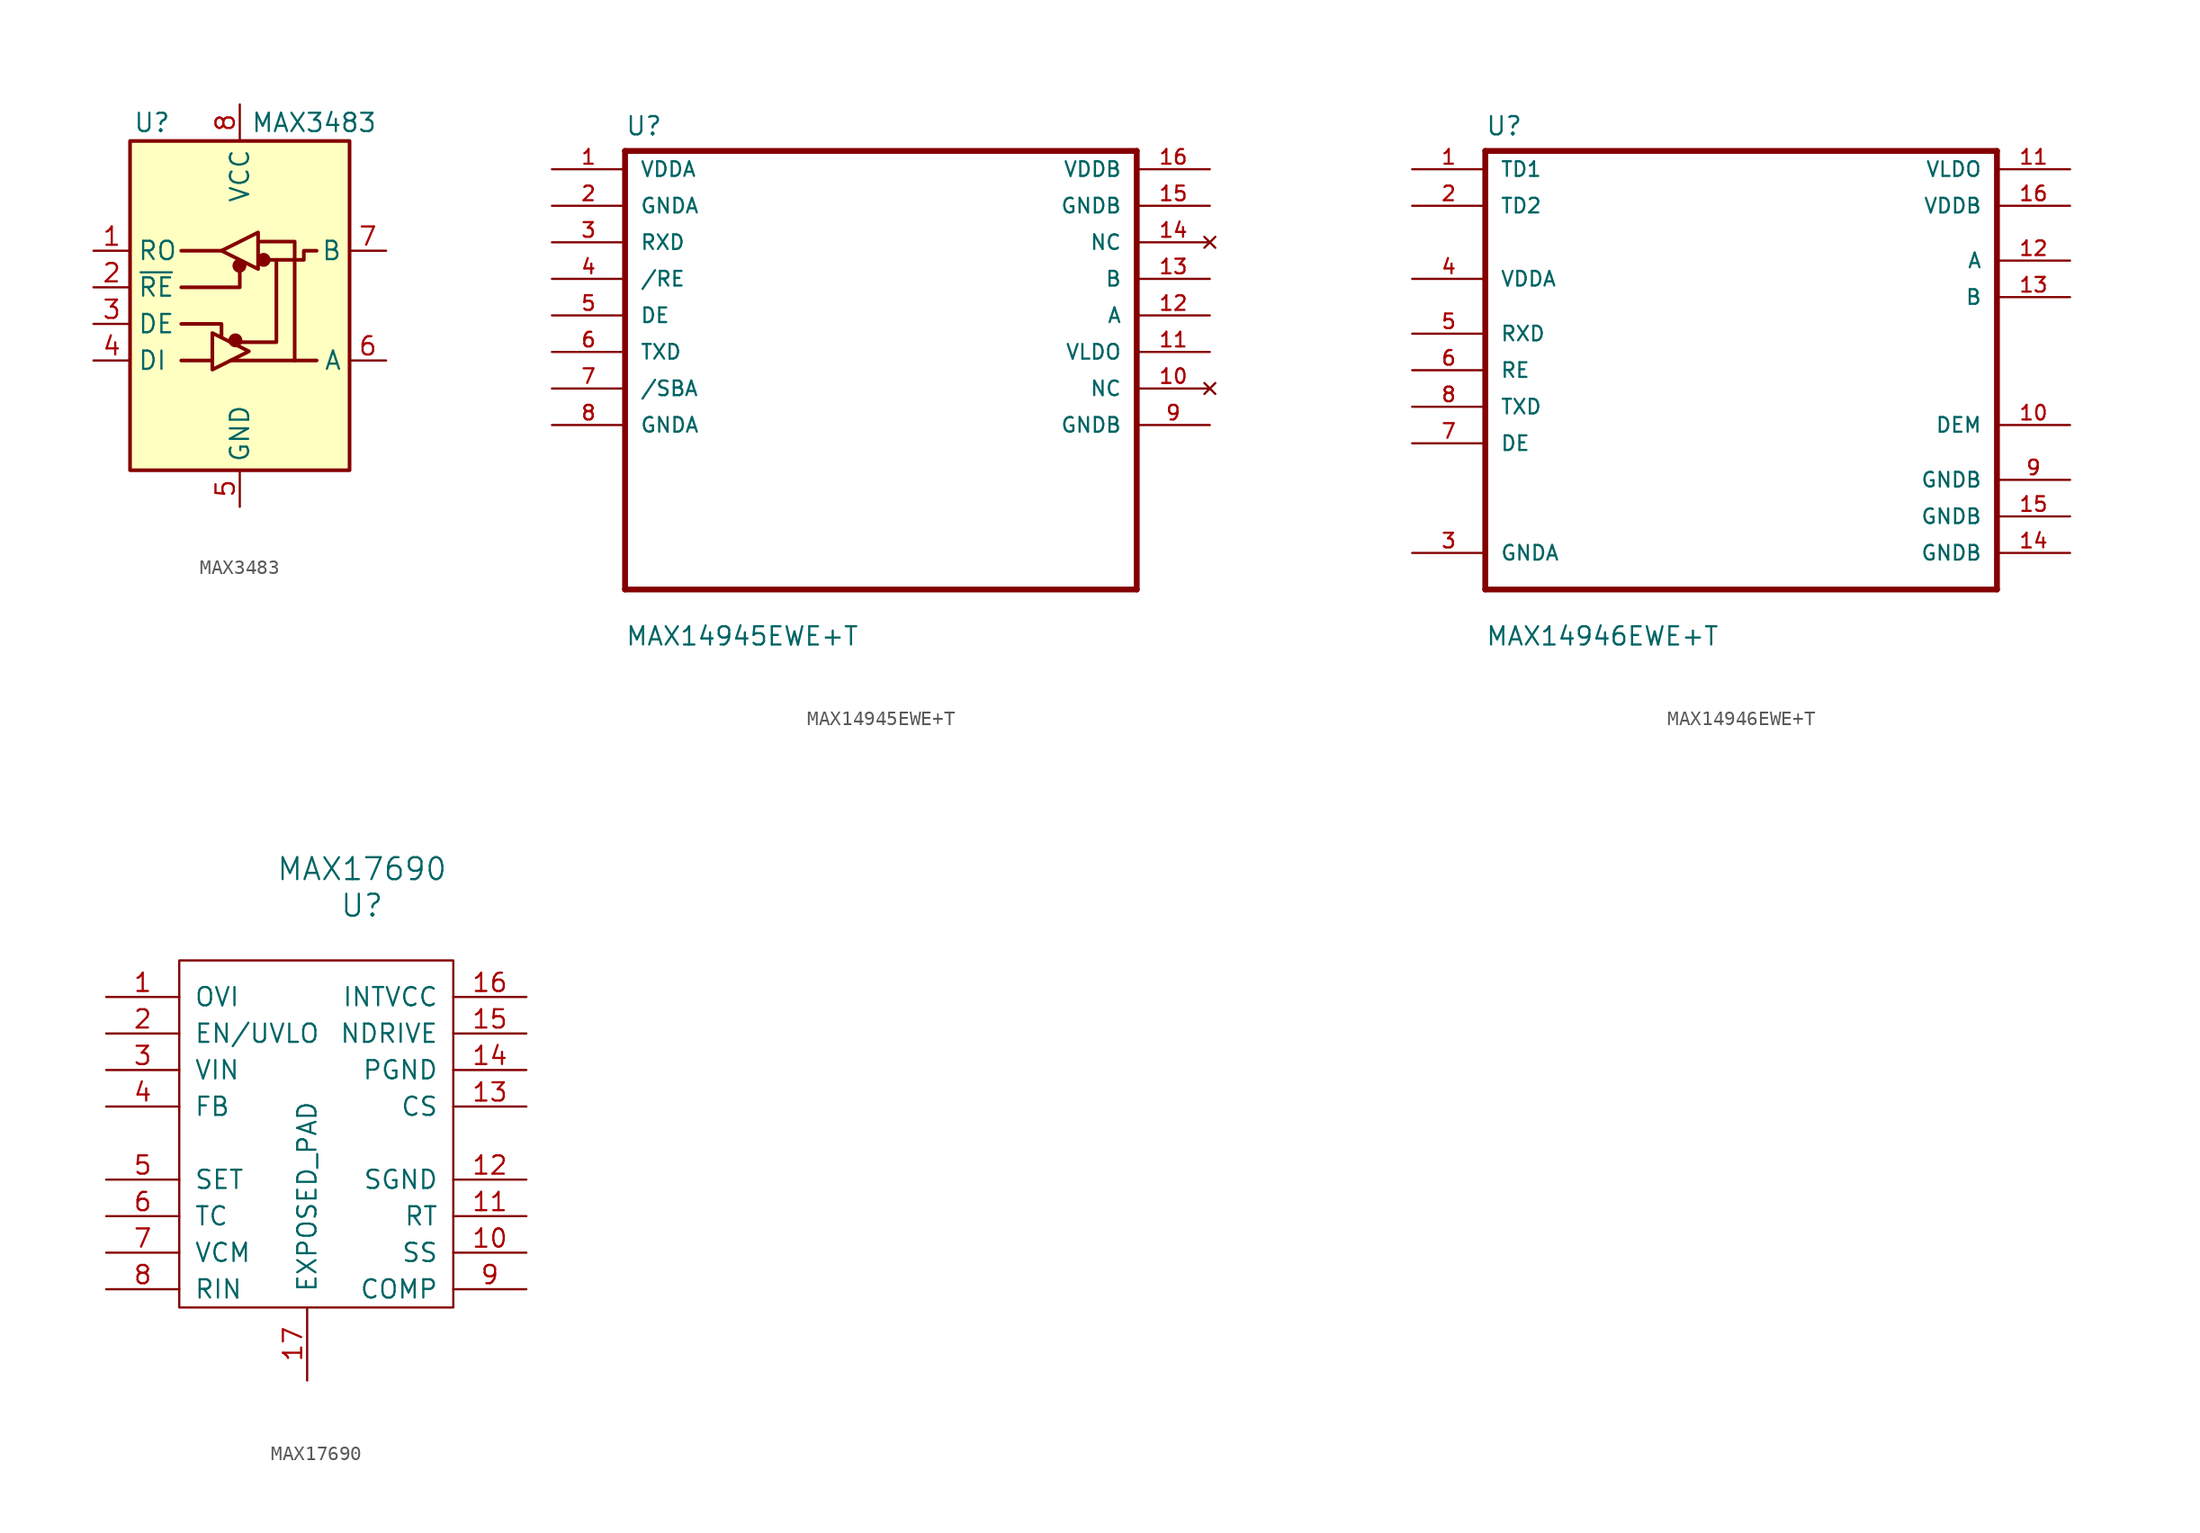
<source format=kicad_sym>
(kicad_symbol_lib
  (version 20231120)
  (generator "kicad_symbol_editor")
  (generator_version "8.0")
  (symbol "MAX3483"
    (property "Reference" "U"
      (at -6.096 11.43 0)
      (effects (font (size 1.27 1.27))))
    (property "Value" "MAX3483"
      (at 0.762 11.43 0)
      (effects (font (size 1.27 1.27)) (justify left)))
    (symbol "MAX3483_0_1"
      (rectangle (start -7.62 10.16) (end 7.62 -12.7) (stroke (width 0.254) (type default)) (fill (type background)))
      (circle (center -0.305 -3.683) (radius 0.356) (stroke (width 0.254) (type default)) (fill (type outline)))
      (circle (center -0.025 1.499) (radius 0.356) (stroke (width 0.254) (type default)) (fill (type outline)))
      (polyline (pts (xy -4.064 -5.08) (xy -1.905 -5.08)) (stroke (width 0.254) (type default)) (fill (type none)))
      (polyline (pts (xy -4.064 2.54) (xy -1.27 2.54)) (stroke (width 0.254) (type default)) (fill (type none)))
      (polyline (pts (xy -1.27 -3.2) (xy -1.27 -3.454)) (stroke (width 0.254) (type default)) (fill (type none)))
      (polyline (pts (xy -0.635 -5.08) (xy 5.334 -5.08)) (stroke (width 0.254) (type default)) (fill (type none)))
      (polyline (pts (xy -4.064 -2.54) (xy -1.27 -2.54) (xy -1.27 -3.175)) (stroke (width 0.254) (type default)) (fill (type none)))
      (polyline (pts (xy 0 1.27) (xy 0 0) (xy -4.064 0)) (stroke (width 0.254) (type default)) (fill (type none)))
      (polyline (pts (xy 1.27 3.175) (xy 3.81 3.175) (xy 3.81 -5.08)) (stroke (width 0.254) (type default)) (fill (type none)))
      (polyline (pts (xy 2.54 1.905) (xy 2.54 -3.81) (xy 0 -3.81)) (stroke (width 0.254) (type default)) (fill (type none)))
      (polyline (pts (xy -1.905 -3.175) (xy -1.905 -5.715) (xy 0.635 -4.445) (xy -1.905 -3.175)) (stroke (width 0.254) (type default)) (fill (type none)))
      (polyline (pts (xy -1.27 2.54) (xy 1.27 3.81) (xy 1.27 1.27) (xy -1.27 2.54)) (stroke (width 0.254) (type default)) (fill (type none)))
      (polyline (pts (xy 1.905 1.905) (xy 4.445 1.905) (xy 4.445 2.54) (xy 5.334 2.54)) (stroke (width 0.254) (type default)) (fill (type none)))
      (rectangle (start 1.27 3.175) (end 1.27 3.175) (stroke (width 0) (type default)) (fill (type none)))
      (circle (center 1.651 1.905) (radius 0.356) (stroke (width 0.254) (type default)) (fill (type outline))))
    (symbol "MAX3483_1_1"
      (pin output line (at -10.16 2.54 0) (length 2.54) (name "RO" (effects (font (size 1.27 1.27)))) (number "1" (effects (font (size 1.27 1.27)))))
      (pin input line (at -10.16 0 0) (length 2.54) (name "~{RE}" (effects (font (size 1.27 1.27)))) (number "2" (effects (font (size 1.27 1.27)))))
      (pin input line (at -10.16 -2.54 0) (length 2.54) (name "DE" (effects (font (size 1.27 1.27)))) (number "3" (effects (font (size 1.27 1.27)))))
      (pin input line (at -10.16 -5.08 0) (length 2.54) (name "DI" (effects (font (size 1.27 1.27)))) (number "4" (effects (font (size 1.27 1.27)))))
      (pin power_in line (at 0 -15.24 90) (length 2.54) (name "GND" (effects (font (size 1.27 1.27)))) (number "5" (effects (font (size 1.27 1.27)))))
      (pin bidirectional line (at 10.16 -5.08 180) (length 2.54) (name "A" (effects (font (size 1.27 1.27)))) (number "6" (effects (font (size 1.27 1.27)))))
      (pin bidirectional line (at 10.16 2.54 180) (length 2.54) (name "B" (effects (font (size 1.27 1.27)))) (number "7" (effects (font (size 1.27 1.27)))))
      (pin power_in line (at 0 12.7 270) (length 2.54) (name "VCC" (effects (font (size 1.27 1.27)))) (number "8" (effects (font (size 1.27 1.27)))))))
  (symbol "MAX14945EWE+T"
    (pin_names
      (offset 1.016))
    (property "Reference" "U"
      (at -17.78 16.231 0)
      (effects (font (size 1.27 1.27)) (justify left bottom)))
    (property "Value" "MAX14945EWE+T"
      (at -17.78 -19.228 0)
      (effects (font (size 1.27 1.27)) (justify left bottom)))
    (property "ki_locked" ""
      (at 0 0 0)
      (effects (font (size 1.27 1.27))))
    (symbol "MAX14945EWE+T_0_0"
      (polyline (pts (xy -17.78 -15.24) (xy -17.78 15.24)) (stroke (width 0.406) (type default)) (fill (type none)))
      (polyline (pts (xy -17.78 15.24) (xy 17.78 15.24)) (stroke (width 0.406) (type default)) (fill (type none)))
      (polyline (pts (xy 17.78 -15.24) (xy -17.78 -15.24)) (stroke (width 0.406) (type default)) (fill (type none)))
      (polyline (pts (xy 17.78 15.24) (xy 17.78 -15.24)) (stroke (width 0.406) (type default)) (fill (type none)))
      (pin power_in line (at -22.86 13.97 0) (length 5.08) (name "VDDA" (effects (font (size 1.016 1.016)))) (number "1" (effects (font (size 1.016 1.016)))))
      (pin no_connect line (at 22.86 -1.27 180) (length 5.08) (name "NC" (effects (font (size 1.016 1.016)))) (number "10" (effects (font (size 1.016 1.016)))))
      (pin power_in line (at 22.86 1.27 180) (length 5.08) (name "VLDO" (effects (font (size 1.016 1.016)))) (number "11" (effects (font (size 1.016 1.016)))))
      (pin bidirectional line (at 22.86 3.81 180) (length 5.08) (name "A" (effects (font (size 1.016 1.016)))) (number "12" (effects (font (size 1.016 1.016)))))
      (pin bidirectional line (at 22.86 6.35 180) (length 5.08) (name "B" (effects (font (size 1.016 1.016)))) (number "13" (effects (font (size 1.016 1.016)))))
      (pin no_connect line (at 22.86 8.89 180) (length 5.08) (name "NC" (effects (font (size 1.016 1.016)))) (number "14" (effects (font (size 1.016 1.016)))))
      (pin power_in line (at 22.86 11.43 180) (length 5.08) (name "GNDB" (effects (font (size 1.016 1.016)))) (number "15" (effects (font (size 1.016 1.016)))))
      (pin power_in line (at 22.86 13.97 180) (length 5.08) (name "VDDB" (effects (font (size 1.016 1.016)))) (number "16" (effects (font (size 1.016 1.016)))))
      (pin power_out line (at -22.86 11.43 0) (length 5.08) (name "GNDA" (effects (font (size 1.016 1.016)))) (number "2" (effects (font (size 1.016 1.016)))))
      (pin output line (at -22.86 8.89 0) (length 5.08) (name "RXD" (effects (font (size 1.016 1.016)))) (number "3" (effects (font (size 1.016 1.016)))))
      (pin input line (at -22.86 6.35 0) (length 5.08) (name "/RE" (effects (font (size 1.016 1.016)))) (number "4" (effects (font (size 1.016 1.016)))))
      (pin input line (at -22.86 3.81 0) (length 5.08) (name "DE" (effects (font (size 1.016 1.016)))) (number "5" (effects (font (size 1.016 1.016)))))
      (pin input line (at -22.86 1.27 0) (length 5.08) (name "TXD" (effects (font (size 1.016 1.016)))) (number "6" (effects (font (size 1.016 1.016)))))
      (pin output line (at -22.86 -1.27 0) (length 5.08) (name "/SBA" (effects (font (size 1.016 1.016)))) (number "7" (effects (font (size 1.016 1.016)))))
      (pin power_in line (at -22.86 -3.81 0) (length 5.08) (name "GNDA" (effects (font (size 1.016 1.016)))) (number "8" (effects (font (size 1.016 1.016)))))
      (pin power_in line (at 22.86 -3.81 180) (length 5.08) (name "GNDB" (effects (font (size 1.016 1.016)))) (number "9" (effects (font (size 1.016 1.016)))))))
  (symbol "MAX14946EWE+T"
    (pin_names
      (offset 1.016))
    (property "Reference" "U"
      (at -17.78 16.231 0)
      (effects (font (size 1.27 1.27)) (justify left bottom)))
    (property "Value" "MAX14946EWE+T"
      (at -17.78 -19.228 0)
      (effects (font (size 1.27 1.27)) (justify left bottom)))
    (property "ki_locked" ""
      (at 0 0 0)
      (effects (font (size 1.27 1.27))))
    (symbol "MAX14946EWE+T_0_0"
      (polyline (pts (xy -17.78 -15.24) (xy -17.78 15.24)) (stroke (width 0.406) (type default)) (fill (type none)))
      (polyline (pts (xy -17.78 15.24) (xy 17.78 15.24)) (stroke (width 0.406) (type default)) (fill (type none)))
      (polyline (pts (xy 17.78 -15.24) (xy -17.78 -15.24)) (stroke (width 0.406) (type default)) (fill (type none)))
      (polyline (pts (xy 17.78 15.24) (xy 17.78 -15.24)) (stroke (width 0.406) (type default)) (fill (type none)))
      (pin bidirectional line (at -22.86 13.97 0) (length 5.08) (name "TD1" (effects (font (size 1.016 1.016)))) (number "1" (effects (font (size 1.016 1.016)))))
      (pin bidirectional line (at 22.86 -3.81 180) (length 5.08) (name "DEM" (effects (font (size 1.016 1.016)))) (number "10" (effects (font (size 1.016 1.016)))))
      (pin bidirectional line (at 22.86 13.97 180) (length 5.08) (name "VLDO" (effects (font (size 1.016 1.016)))) (number "11" (effects (font (size 1.016 1.016)))))
      (pin bidirectional line (at 22.86 7.62 180) (length 5.08) (name "A" (effects (font (size 1.016 1.016)))) (number "12" (effects (font (size 1.016 1.016)))))
      (pin bidirectional line (at 22.86 5.08 180) (length 5.08) (name "B" (effects (font (size 1.016 1.016)))) (number "13" (effects (font (size 1.016 1.016)))))
      (pin power_in line (at 22.86 -12.7 180) (length 5.08) (name "GNDB" (effects (font (size 1.016 1.016)))) (number "14" (effects (font (size 1.016 1.016)))))
      (pin power_in line (at 22.86 -10.16 180) (length 5.08) (name "GNDB" (effects (font (size 1.016 1.016)))) (number "15" (effects (font (size 1.016 1.016)))))
      (pin power_in line (at 22.86 11.43 180) (length 5.08) (name "VDDB" (effects (font (size 1.016 1.016)))) (number "16" (effects (font (size 1.016 1.016)))))
      (pin bidirectional line (at -22.86 11.43 0) (length 5.08) (name "TD2" (effects (font (size 1.016 1.016)))) (number "2" (effects (font (size 1.016 1.016)))))
      (pin power_in line (at -22.86 -12.7 0) (length 5.08) (name "GNDA" (effects (font (size 1.016 1.016)))) (number "3" (effects (font (size 1.016 1.016)))))
      (pin power_in line (at -22.86 6.35 0) (length 5.08) (name "VDDA" (effects (font (size 1.016 1.016)))) (number "4" (effects (font (size 1.016 1.016)))))
      (pin bidirectional line (at -22.86 2.54 0) (length 5.08) (name "RXD" (effects (font (size 1.016 1.016)))) (number "5" (effects (font (size 1.016 1.016)))))
      (pin bidirectional line (at -22.86 0 0) (length 5.08) (name "RE" (effects (font (size 1.016 1.016)))) (number "6" (effects (font (size 1.016 1.016)))))
      (pin bidirectional line (at -22.86 -5.08 0) (length 5.08) (name "DE" (effects (font (size 1.016 1.016)))) (number "7" (effects (font (size 1.016 1.016)))))
      (pin bidirectional line (at -22.86 -2.54 0) (length 5.08) (name "TXD" (effects (font (size 1.016 1.016)))) (number "8" (effects (font (size 1.016 1.016)))))
      (pin power_in line (at 22.86 -7.62 180) (length 5.08) (name "GNDB" (effects (font (size 1.016 1.016)))) (number "9" (effects (font (size 1.016 1.016)))))))
  (symbol "MAX17690"
    (pin_names
      (offset 1.016))
    (property "Reference" "U"
      (at 2.54 12.7 0)
      (effects (font (size 1.524 1.524))))
    (property "Value" "MAX17690"
      (at 2.54 15.24 0)
      (effects (font (size 1.524 1.524))))
    (symbol "MAX17690_0_1"
      (rectangle (start -10.16 8.89) (end 8.89 -15.24) (stroke (width 0) (type default)) (fill (type none))))
    (symbol "MAX17690_1_1"
      (pin input line (at -15.24 6.35 0) (length 5.08) (name "OVI" (effects (font (size 1.27 1.27)))) (number "1" (effects (font (size 1.27 1.27)))))
      (pin input line (at 13.97 -11.43 180) (length 5.08) (name "SS" (effects (font (size 1.27 1.27)))) (number "10" (effects (font (size 1.27 1.27)))))
      (pin input line (at 13.97 -8.89 180) (length 5.08) (name "RT" (effects (font (size 1.27 1.27)))) (number "11" (effects (font (size 1.27 1.27)))))
      (pin input line (at 13.97 -6.35 180) (length 5.08) (name "SGND" (effects (font (size 1.27 1.27)))) (number "12" (effects (font (size 1.27 1.27)))))
      (pin input line (at 13.97 -1.27 180) (length 5.08) (name "CS" (effects (font (size 1.27 1.27)))) (number "13" (effects (font (size 1.27 1.27)))))
      (pin input line (at 13.97 1.27 180) (length 5.08) (name "PGND" (effects (font (size 1.27 1.27)))) (number "14" (effects (font (size 1.27 1.27)))))
      (pin input line (at 13.97 3.81 180) (length 5.08) (name "NDRIVE" (effects (font (size 1.27 1.27)))) (number "15" (effects (font (size 1.27 1.27)))))
      (pin input line (at 13.97 6.35 180) (length 5.08) (name "INTVCC" (effects (font (size 1.27 1.27)))) (number "16" (effects (font (size 1.27 1.27)))))
      (pin input line (at -1.27 -20.32 90) (length 5.08) (name "EXPOSED_PAD" (effects (font (size 1.27 1.27)))) (number "17" (effects (font (size 1.27 1.27)))))
      (pin input line (at -15.24 3.81 0) (length 5.08) (name "EN/UVLO" (effects (font (size 1.27 1.27)))) (number "2" (effects (font (size 1.27 1.27)))))
      (pin input line (at -15.24 1.27 0) (length 5.08) (name "VIN" (effects (font (size 1.27 1.27)))) (number "3" (effects (font (size 1.27 1.27)))))
      (pin input line (at -15.24 -1.27 0) (length 5.08) (name "FB" (effects (font (size 1.27 1.27)))) (number "4" (effects (font (size 1.27 1.27)))))
      (pin input line (at -15.24 -6.35 0) (length 5.08) (name "SET" (effects (font (size 1.27 1.27)))) (number "5" (effects (font (size 1.27 1.27)))))
      (pin input line (at -15.24 -8.89 0) (length 5.08) (name "TC" (effects (font (size 1.27 1.27)))) (number "6" (effects (font (size 1.27 1.27)))))
      (pin input line (at -15.24 -11.43 0) (length 5.08) (name "VCM" (effects (font (size 1.27 1.27)))) (number "7" (effects (font (size 1.27 1.27)))))
      (pin input line (at -15.24 -13.97 0) (length 5.08) (name "RIN" (effects (font (size 1.27 1.27)))) (number "8" (effects (font (size 1.27 1.27)))))
      (pin input line (at 13.97 -13.97 180) (length 5.08) (name "COMP" (effects (font (size 1.27 1.27)))) (number "9" (effects (font (size 1.27 1.27))))))))
</source>
